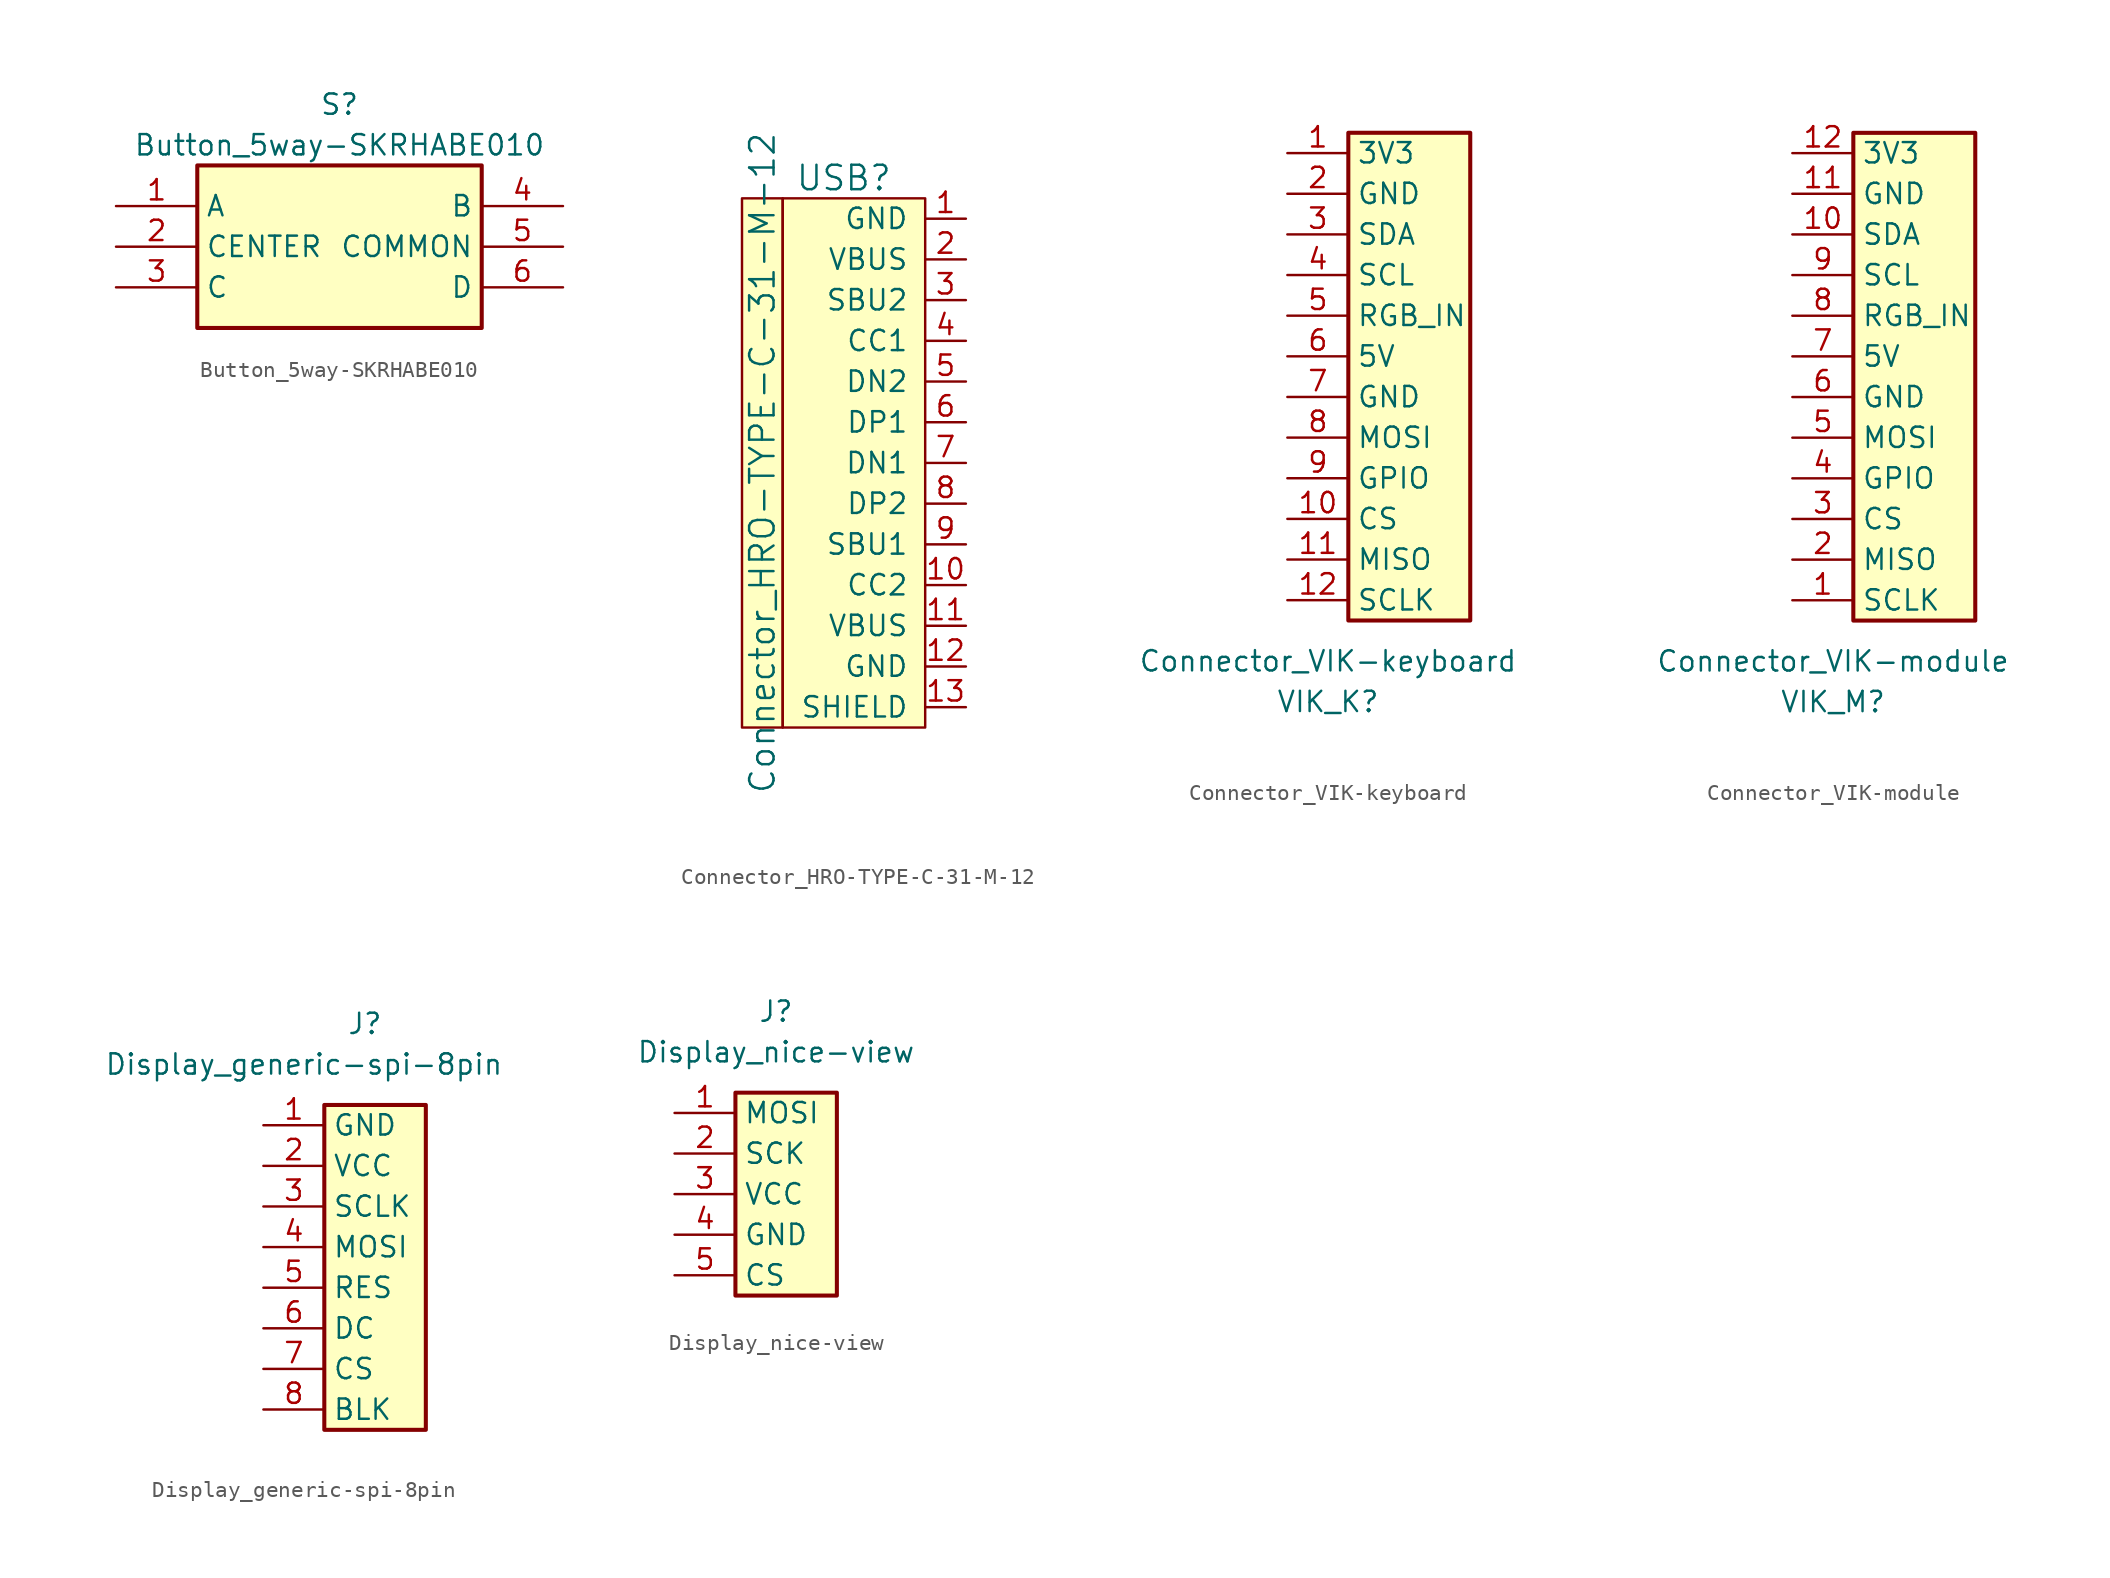
<source format=kicad_sym>
(kicad_symbol_lib
  (version 20231120)
  (generator "kicad_symbol_editor")
  (generator_version "8.0")
  (symbol "Button_5way-SKRHABE010"
    (property "Reference" "S"
      (at 0 8.89 0)
      (effects (font (size 1.27 1.27))))
    (property "Value" "Button_5way-SKRHABE010"
      (at 0 6.35 0)
      (effects (font (size 1.27 1.27))))
    (symbol "Button_5way-SKRHABE010_1_1"
      (rectangle (start -8.89 5.08) (end 8.89 -5.08) (stroke (width 0.254) (type default)) (fill (type background)))
      (pin passive line (at -13.97 2.54 0) (length 5.08) (name "A" (effects (font (size 1.27 1.27)))) (number "1" (effects (font (size 1.27 1.27)))))
      (pin passive line (at -13.97 0 0) (length 5.08) (name "CENTER" (effects (font (size 1.27 1.27)))) (number "2" (effects (font (size 1.27 1.27)))))
      (pin passive line (at -13.97 -2.54 0) (length 5.08) (name "C" (effects (font (size 1.27 1.27)))) (number "3" (effects (font (size 1.27 1.27)))))
      (pin passive line (at 13.97 2.54 180) (length 5.08) (name "B" (effects (font (size 1.27 1.27)))) (number "4" (effects (font (size 1.27 1.27)))))
      (pin passive line (at 13.97 0 180) (length 5.08) (name "COMMON" (effects (font (size 1.27 1.27)))) (number "5" (effects (font (size 1.27 1.27)))))
      (pin passive line (at 13.97 -2.54 180) (length 5.08) (name "D" (effects (font (size 1.27 1.27)))) (number "6" (effects (font (size 1.27 1.27)))))))
  (symbol "Connector_HRO-TYPE-C-31-M-12"
    (pin_names
      (offset 1.016))
    (property "Reference" "USB"
      (at -5.08 16.51 0)
      (effects (font (size 1.524 1.524))))
    (property "Value" "Connector_HRO-TYPE-C-31-M-12"
      (at -10.16 -1.27 90)
      (effects (font (size 1.524 1.524))))
    (symbol "Connector_HRO-TYPE-C-31-M-12_0_1"
      (rectangle (start -11.43 15.24) (end -8.89 -17.78) (stroke (width 0) (type default)) (fill (type background)))
      (rectangle (start 0 -17.78) (end -8.89 15.24) (stroke (width 0) (type default)) (fill (type background))))
    (symbol "Connector_HRO-TYPE-C-31-M-12_1_1"
      (pin input line (at 2.54 13.97 180) (length 2.54) (name "GND" (effects (font (size 1.27 1.27)))) (number "1" (effects (font (size 1.27 1.27)))))
      (pin input line (at 2.54 -8.89 180) (length 2.54) (name "CC2" (effects (font (size 1.27 1.27)))) (number "10" (effects (font (size 1.27 1.27)))))
      (pin input line (at 2.54 -11.43 180) (length 2.54) (name "VBUS" (effects (font (size 1.27 1.27)))) (number "11" (effects (font (size 1.27 1.27)))))
      (pin input line (at 2.54 -13.97 180) (length 2.54) (name "GND" (effects (font (size 1.27 1.27)))) (number "12" (effects (font (size 1.27 1.27)))))
      (pin input line (at 2.54 -16.51 180) (length 2.54) (name "SHIELD" (effects (font (size 1.27 1.27)))) (number "13" (effects (font (size 1.27 1.27)))))
      (pin input line (at 2.54 11.43 180) (length 2.54) (name "VBUS" (effects (font (size 1.27 1.27)))) (number "2" (effects (font (size 1.27 1.27)))))
      (pin input line (at 2.54 8.89 180) (length 2.54) (name "SBU2" (effects (font (size 1.27 1.27)))) (number "3" (effects (font (size 1.27 1.27)))))
      (pin input line (at 2.54 6.35 180) (length 2.54) (name "CC1" (effects (font (size 1.27 1.27)))) (number "4" (effects (font (size 1.27 1.27)))))
      (pin input line (at 2.54 3.81 180) (length 2.54) (name "DN2" (effects (font (size 1.27 1.27)))) (number "5" (effects (font (size 1.27 1.27)))))
      (pin input line (at 2.54 1.27 180) (length 2.54) (name "DP1" (effects (font (size 1.27 1.27)))) (number "6" (effects (font (size 1.27 1.27)))))
      (pin input line (at 2.54 -1.27 180) (length 2.54) (name "DN1" (effects (font (size 1.27 1.27)))) (number "7" (effects (font (size 1.27 1.27)))))
      (pin input line (at 2.54 -3.81 180) (length 2.54) (name "DP2" (effects (font (size 1.27 1.27)))) (number "8" (effects (font (size 1.27 1.27)))))
      (pin input line (at 2.54 -6.35 180) (length 2.54) (name "SBU1" (effects (font (size 1.27 1.27)))) (number "9" (effects (font (size 1.27 1.27)))))))
  (symbol "Connector_VIK-keyboard"
    (property "Reference" "VIK_K"
      (at -1.27 -19.05 0)
      (effects (font (size 1.27 1.27))))
    (property "Value" "Connector_VIK-keyboard"
      (at -1.27 -16.51 0)
      (effects (font (size 1.27 1.27))))
    (symbol "Connector_VIK-keyboard_1_1"
      (rectangle (start 0 16.51) (end 7.62 -13.97) (stroke (width 0.254) (type default)) (fill (type background)))
      (pin power_in line (at -3.81 15.24 0) (length 3.81) (name "3V3" (effects (font (size 1.27 1.27)))) (number "1" (effects (font (size 1.27 1.27)))))
      (pin input line (at -3.81 -7.62 0) (length 3.81) (name "CS" (effects (font (size 1.27 1.27)))) (number "10" (effects (font (size 1.27 1.27)))))
      (pin output line (at -3.81 -10.16 0) (length 3.81) (name "MISO" (effects (font (size 1.27 1.27)))) (number "11" (effects (font (size 1.27 1.27)))))
      (pin input line (at -3.81 -12.7 0) (length 3.81) (name "SCLK" (effects (font (size 1.27 1.27)))) (number "12" (effects (font (size 1.27 1.27)))))
      (pin power_in line (at -3.81 12.7 0) (length 3.81) (name "GND" (effects (font (size 1.27 1.27)))) (number "2" (effects (font (size 1.27 1.27)))))
      (pin bidirectional line (at -3.81 10.16 0) (length 3.81) (name "SDA" (effects (font (size 1.27 1.27)))) (number "3" (effects (font (size 1.27 1.27)))))
      (pin bidirectional line (at -3.81 7.62 0) (length 3.81) (name "SCL" (effects (font (size 1.27 1.27)))) (number "4" (effects (font (size 1.27 1.27)))))
      (pin input line (at -3.81 5.08 0) (length 3.81) (name "RGB_IN" (effects (font (size 1.27 1.27)))) (number "5" (effects (font (size 1.27 1.27)))))
      (pin power_in line (at -3.81 2.54 0) (length 3.81) (name "5V" (effects (font (size 1.27 1.27)))) (number "6" (effects (font (size 1.27 1.27)))))
      (pin power_in line (at -3.81 0 0) (length 3.81) (name "GND" (effects (font (size 1.27 1.27)))) (number "7" (effects (font (size 1.27 1.27)))))
      (pin input line (at -3.81 -2.54 0) (length 3.81) (name "MOSI" (effects (font (size 1.27 1.27)))) (number "8" (effects (font (size 1.27 1.27)))))
      (pin bidirectional line (at -3.81 -5.08 0) (length 3.81) (name "GPIO" (effects (font (size 1.27 1.27)))) (number "9" (effects (font (size 1.27 1.27)))))))
  (symbol "Connector_VIK-module"
    (property "Reference" "VIK_M"
      (at -1.27 -19.05 0)
      (effects (font (size 1.27 1.27))))
    (property "Value" "Connector_VIK-module"
      (at -1.27 -16.51 0)
      (effects (font (size 1.27 1.27))))
    (symbol "Connector_VIK-module_1_1"
      (rectangle (start 0 16.51) (end 7.62 -13.97) (stroke (width 0.254) (type default)) (fill (type background)))
      (pin input line (at -3.81 -12.7 0) (length 3.81) (name "SCLK" (effects (font (size 1.27 1.27)))) (number "1" (effects (font (size 1.27 1.27)))))
      (pin bidirectional line (at -3.81 10.16 0) (length 3.81) (name "SDA" (effects (font (size 1.27 1.27)))) (number "10" (effects (font (size 1.27 1.27)))))
      (pin power_in line (at -3.81 12.7 0) (length 3.81) (name "GND" (effects (font (size 1.27 1.27)))) (number "11" (effects (font (size 1.27 1.27)))))
      (pin power_in line (at -3.81 15.24 0) (length 3.81) (name "3V3" (effects (font (size 1.27 1.27)))) (number "12" (effects (font (size 1.27 1.27)))))
      (pin output line (at -3.81 -10.16 0) (length 3.81) (name "MISO" (effects (font (size 1.27 1.27)))) (number "2" (effects (font (size 1.27 1.27)))))
      (pin input line (at -3.81 -7.62 0) (length 3.81) (name "CS" (effects (font (size 1.27 1.27)))) (number "3" (effects (font (size 1.27 1.27)))))
      (pin bidirectional line (at -3.81 -5.08 0) (length 3.81) (name "GPIO" (effects (font (size 1.27 1.27)))) (number "4" (effects (font (size 1.27 1.27)))))
      (pin input line (at -3.81 -2.54 0) (length 3.81) (name "MOSI" (effects (font (size 1.27 1.27)))) (number "5" (effects (font (size 1.27 1.27)))))
      (pin power_in line (at -3.81 0 0) (length 3.81) (name "GND" (effects (font (size 1.27 1.27)))) (number "6" (effects (font (size 1.27 1.27)))))
      (pin power_in line (at -3.81 2.54 0) (length 3.81) (name "5V" (effects (font (size 1.27 1.27)))) (number "7" (effects (font (size 1.27 1.27)))))
      (pin input line (at -3.81 5.08 0) (length 3.81) (name "RGB_IN" (effects (font (size 1.27 1.27)))) (number "8" (effects (font (size 1.27 1.27)))))
      (pin bidirectional line (at -3.81 7.62 0) (length 3.81) (name "SCL" (effects (font (size 1.27 1.27)))) (number "9" (effects (font (size 1.27 1.27)))))))
  (symbol "Display_generic-spi-8pin"
    (property "Reference" "J"
      (at 0 15.24 0)
      (effects (font (size 1.27 1.27))))
    (property "Value" "Display_generic-spi-8pin"
      (at -3.81 12.7 0)
      (effects (font (size 1.27 1.27))))
    (symbol "Display_generic-spi-8pin_1_1"
      (rectangle (start -2.54 10.16) (end 3.81 -10.16) (stroke (width 0.254) (type default)) (fill (type background)))
      (pin power_in line (at -6.35 8.89 0) (length 3.81) (name "GND" (effects (font (size 1.27 1.27)))) (number "1" (effects (font (size 1.27 1.27)))))
      (pin power_in line (at -6.35 6.35 0) (length 3.81) (name "VCC" (effects (font (size 1.27 1.27)))) (number "2" (effects (font (size 1.27 1.27)))))
      (pin input line (at -6.35 3.81 0) (length 3.81) (name "SCLK" (effects (font (size 1.27 1.27)))) (number "3" (effects (font (size 1.27 1.27)))))
      (pin input line (at -6.35 1.27 0) (length 3.81) (name "MOSI" (effects (font (size 1.27 1.27)))) (number "4" (effects (font (size 1.27 1.27)))))
      (pin input line (at -6.35 -1.27 0) (length 3.81) (name "RES" (effects (font (size 1.27 1.27)))) (number "5" (effects (font (size 1.27 1.27)))))
      (pin input line (at -6.35 -3.81 0) (length 3.81) (name "DC" (effects (font (size 1.27 1.27)))) (number "6" (effects (font (size 1.27 1.27)))))
      (pin input line (at -6.35 -6.35 0) (length 3.81) (name "CS" (effects (font (size 1.27 1.27)))) (number "7" (effects (font (size 1.27 1.27)))))
      (pin input line (at -6.35 -8.89 0) (length 3.81) (name "BLK" (effects (font (size 1.27 1.27)))) (number "8" (effects (font (size 1.27 1.27)))))))
  (symbol "Display_nice-view"
    (property "Reference" "J"
      (at 0 11.43 0)
      (effects (font (size 1.27 1.27))))
    (property "Value" "Display_nice-view"
      (at 0 8.89 0)
      (effects (font (size 1.27 1.27))))
    (symbol "Display_nice-view_1_1"
      (rectangle (start -2.54 6.35) (end 3.81 -6.35) (stroke (width 0.254) (type default)) (fill (type background)))
      (pin input line (at -6.35 5.08 0) (length 3.81) (name "MOSI" (effects (font (size 1.27 1.27)))) (number "1" (effects (font (size 1.27 1.27)))))
      (pin input line (at -6.35 2.54 0) (length 3.81) (name "SCK" (effects (font (size 1.27 1.27)))) (number "2" (effects (font (size 1.27 1.27)))))
      (pin power_in line (at -6.35 0 0) (length 3.81) (name "VCC" (effects (font (size 1.27 1.27)))) (number "3" (effects (font (size 1.27 1.27)))))
      (pin power_in line (at -6.35 -2.54 0) (length 3.81) (name "GND" (effects (font (size 1.27 1.27)))) (number "4" (effects (font (size 1.27 1.27)))))
      (pin input line (at -6.35 -5.08 0) (length 3.81) (name "CS" (effects (font (size 1.27 1.27)))) (number "5" (effects (font (size 1.27 1.27))))))))
</source>
